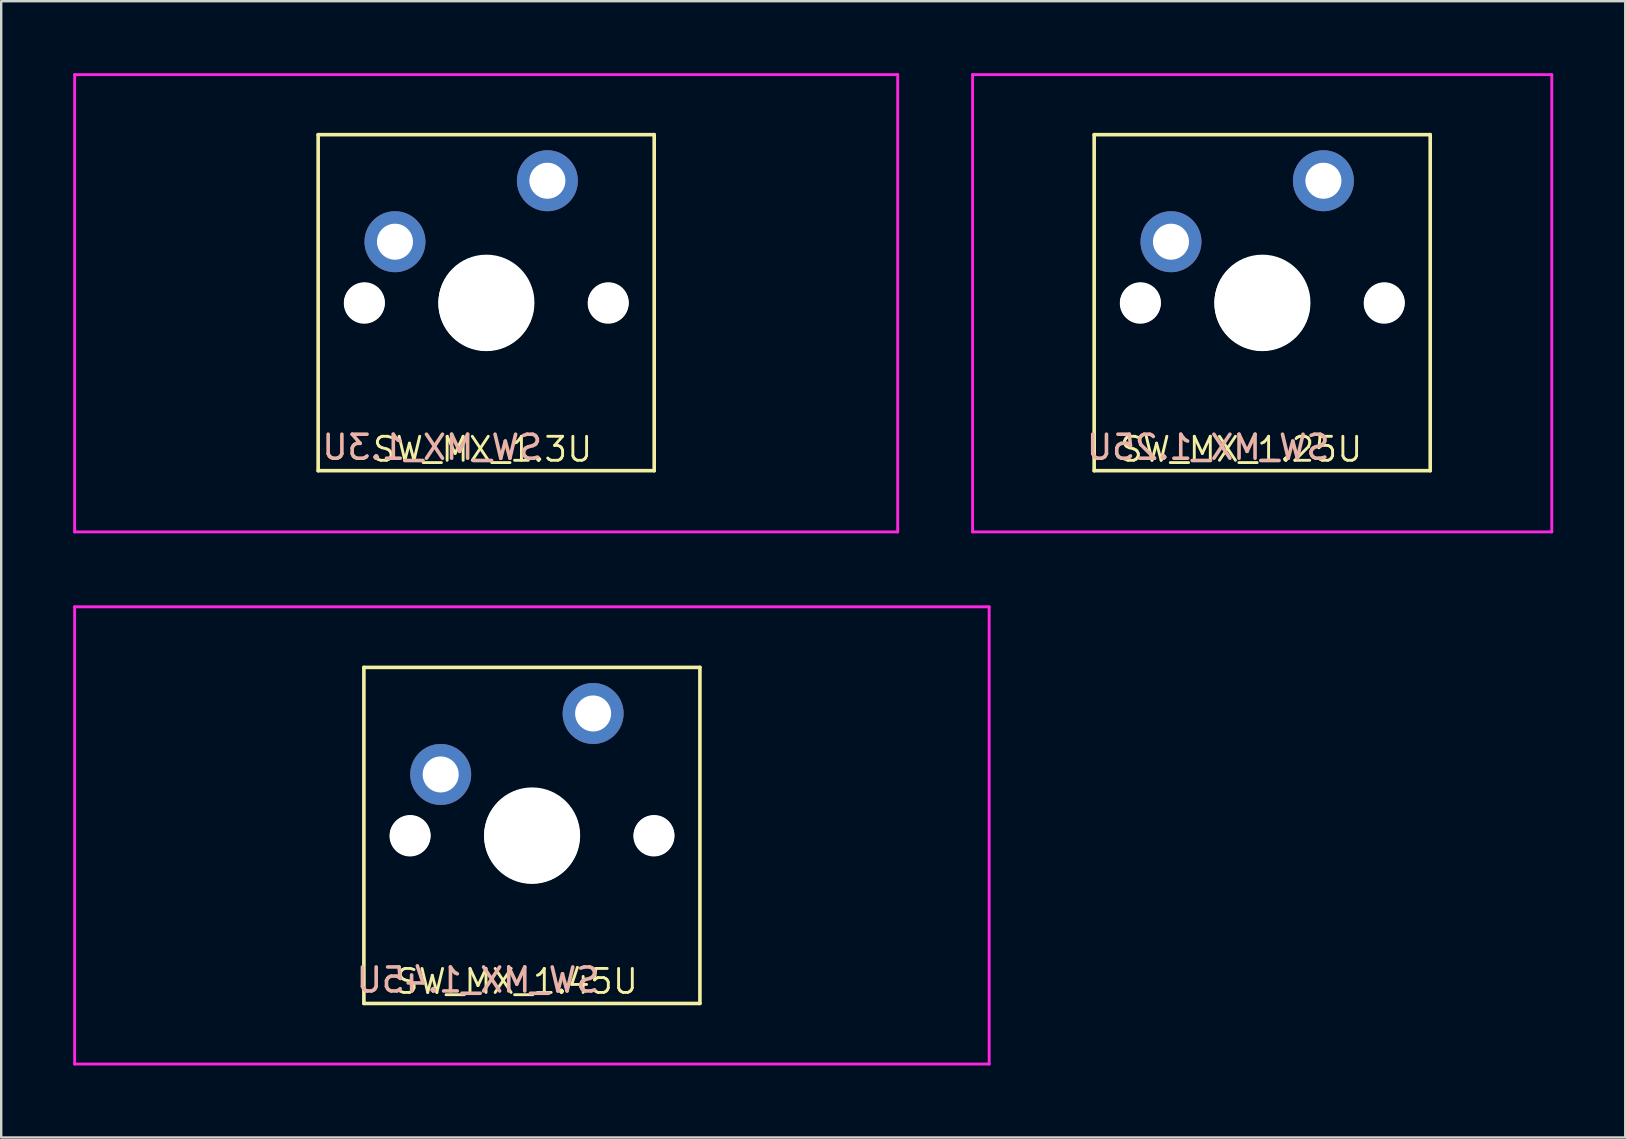
<source format=kicad_pcb>
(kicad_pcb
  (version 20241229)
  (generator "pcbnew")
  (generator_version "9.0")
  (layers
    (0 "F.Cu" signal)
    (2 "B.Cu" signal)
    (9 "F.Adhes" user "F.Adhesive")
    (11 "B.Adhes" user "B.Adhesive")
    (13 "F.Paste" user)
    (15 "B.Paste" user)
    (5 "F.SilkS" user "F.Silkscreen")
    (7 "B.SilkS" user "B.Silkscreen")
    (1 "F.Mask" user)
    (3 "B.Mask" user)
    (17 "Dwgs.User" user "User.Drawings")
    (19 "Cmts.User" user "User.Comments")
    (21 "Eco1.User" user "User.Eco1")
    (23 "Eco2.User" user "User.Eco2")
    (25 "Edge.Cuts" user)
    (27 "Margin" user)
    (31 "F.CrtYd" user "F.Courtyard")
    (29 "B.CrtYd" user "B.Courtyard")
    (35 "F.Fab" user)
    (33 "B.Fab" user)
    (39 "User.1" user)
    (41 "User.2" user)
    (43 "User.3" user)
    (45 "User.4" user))
  (footprint "SW_MX_1.45U"
    (layer "F.Cu")
    (at 19.11 31.755)
    (property "Reference" "SW_MX_1.45U" (at 4.5 5.5 0) (layer "F.SilkS") (effects (font (size 1 1) (thickness 0.12)) (justify right top)))
    (attr through_hole)
    (fp_circle (center -3.776 -2.575) (end -1.776 -2.575) (stroke (width 0.12) (type solid)) (fill yes) (layer "B.Mask"))
    (fp_circle (center 2.56 -5.08) (end 4.56 -5.08) (stroke (width 0.12) (type solid)) (fill yes) (layer "B.Mask"))
    (fp_line (start -7 -7) (end 7 -7) (stroke (width 0.15) (type solid)) (layer "F.SilkS"))
    (fp_line (start -7 7) (end -7 -7) (stroke (width 0.15) (type solid)) (layer "F.SilkS"))
    (fp_line (start 7 -7) (end 7 7) (stroke (width 0.15) (type solid)) (layer "F.SilkS"))
    (fp_line (start 7 7) (end -7 7) (stroke (width 0.15) (type solid)) (layer "F.SilkS"))
    (fp_line (start -19.05 -9.525) (end 19.05 -9.525) (stroke (width 0.12) (type solid)) (layer "F.CrtYd"))
    (fp_line (start -19.05 9.525) (end -19.05 -9.525) (stroke (width 0.12) (type solid)) (layer "F.CrtYd"))
    (fp_line (start 19.05 -9.525) (end 19.05 9.525) (stroke (width 0.12) (type solid)) (layer "F.CrtYd"))
    (fp_line (start 19.05 9.525) (end -19.05 9.525) (stroke (width 0.12) (type solid)) (layer "F.CrtYd"))
    (fp_text user "${REFERENCE}" (at -2.25 6.025 0) (unlocked yes) (layer "B.SilkS") (effects (font (size 1 1) (thickness 0.15)) (justify mirror)))
    (pad "" np_thru_hole circle (at -5.08 0.025) (size 1.702 1.702) (drill 1.702) (layers "*.Cu" "*.Mask"))
    (pad "" np_thru_hole circle (at -5.07 0) (size 1.7 1.7) (drill 1.7) (layers "*.Cu" "*.Mask"))
    (pad "" np_thru_hole circle (at 0 0.025) (size 3.988 3.988) (drill 3.988) (layers "*.Cu" "*.Mask"))
    (pad "" np_thru_hole circle (at 0.01 0) (size 4 4) (drill 4) (layers "*.Cu" "*.Mask"))
    (pad "" np_thru_hole circle (at 5.08 0.025) (size 1.702 1.702) (drill 1.702) (layers "*.Cu" "*.Mask"))
    (pad "" np_thru_hole circle (at 5.09 0) (size 1.7 1.7) (drill 1.7) (layers "*.Cu" "*.Mask"))
    (pad "1" thru_hole circle (at 2.55 -5.08) (size 2.54 2.54) (drill 1.5) (layers "*.Cu" "*.Mask"))
    (pad "2" thru_hole circle (at -3.8 -2.54) (size 2.54 2.54) (drill 1.5) (layers "*.Cu" "*.Mask")))
  (footprint "SW_MX_1.25U"
    (layer "F.Cu")
    (at 49.535 9.585)
    (property "Reference" "SW_MX_1.25U" (at 4.25 5.5 0) (layer "F.SilkS") (effects (font (size 1 1) (thickness 0.12)) (justify right top)))
    (attr through_hole)
    (fp_circle (center -3.776 -2.6) (end -1.776 -2.6) (stroke (width 0.12) (type solid)) (fill yes) (layer "B.Mask"))
    (fp_circle (center 2.56 -5.105) (end 4.56 -5.105) (stroke (width 0.12) (type solid)) (fill yes) (layer "B.Mask"))
    (fp_line (start -7 -7.025) (end 7 -7.025) (stroke (width 0.15) (type solid)) (layer "F.SilkS"))
    (fp_line (start -7 6.975) (end -7 -7.025) (stroke (width 0.15) (type solid)) (layer "F.SilkS"))
    (fp_line (start 7 -7.025) (end 7 6.975) (stroke (width 0.15) (type solid)) (layer "F.SilkS"))
    (fp_line (start 7 6.975) (end -7 6.975) (stroke (width 0.15) (type solid)) (layer "F.SilkS"))
    (fp_line (start -12.065 -9.525) (end 12.065 -9.525) (stroke (width 0.12) (type solid)) (layer "F.CrtYd"))
    (fp_line (start -12.065 9.525) (end -12.065 -9.525) (stroke (width 0.12) (type solid)) (layer "F.CrtYd"))
    (fp_line (start 12.065 -9.525) (end 12.065 9.525) (stroke (width 0.12) (type solid)) (layer "F.CrtYd"))
    (fp_line (start 12.065 9.525) (end -12.065 9.525) (stroke (width 0.12) (type solid)) (layer "F.CrtYd"))
    (fp_text user "${REFERENCE}" (at -2.25 6 0) (unlocked yes) (layer "B.SilkS") (effects (font (size 1 1) (thickness 0.15)) (justify mirror)))
    (pad "" np_thru_hole circle (at -5.08 0) (size 1.702 1.702) (drill 1.702) (layers "*.Cu" "*.Mask"))
    (pad "" np_thru_hole circle (at -5.07 -0.025) (size 1.7 1.7) (drill 1.7) (layers "*.Cu" "*.Mask"))
    (pad "" np_thru_hole circle (at 0 0) (size 3.988 3.988) (drill 3.988) (layers "*.Cu" "*.Mask"))
    (pad "" np_thru_hole circle (at 0.01 -0.025) (size 4 4) (drill 4) (layers "*.Cu" "*.Mask"))
    (pad "" np_thru_hole circle (at 5.08 0) (size 1.702 1.702) (drill 1.702) (layers "*.Cu" "*.Mask"))
    (pad "" np_thru_hole circle (at 5.09 -0.025) (size 1.7 1.7) (drill 1.7) (layers "*.Cu" "*.Mask"))
    (pad "1" thru_hole circle (at 2.55 -5.105) (size 2.54 2.54) (drill 1.5) (layers "*.Cu" "*.Mask"))
    (pad "2" thru_hole circle (at -3.8 -2.565) (size 2.54 2.54) (drill 1.5) (layers "*.Cu" "*.Mask")))
  (footprint "SW_MX_1.3U"
    (layer "F.Cu")
    (at 17.205 9.585)
    (property "Reference" "SW_MX_1.3U" (at 4.5 5.5 0) (layer "F.SilkS") (effects (font (size 1 1) (thickness 0.12)) (justify right top)))
    (attr through_hole)
    (fp_circle (center -3.776 -2.6) (end -1.776 -2.6) (stroke (width 0.12) (type solid)) (fill yes) (layer "B.Mask"))
    (fp_circle (center 2.56 -5.105) (end 4.56 -5.105) (stroke (width 0.12) (type solid)) (fill yes) (layer "B.Mask"))
    (fp_line (start -7 -7.025) (end 7 -7.025) (stroke (width 0.15) (type solid)) (layer "F.SilkS"))
    (fp_line (start -7 6.975) (end -7 -7.025) (stroke (width 0.15) (type solid)) (layer "F.SilkS"))
    (fp_line (start 7 -7.025) (end 7 6.975) (stroke (width 0.15) (type solid)) (layer "F.SilkS"))
    (fp_line (start 7 6.975) (end -7 6.975) (stroke (width 0.15) (type solid)) (layer "F.SilkS"))
    (fp_line (start -17.145 -9.525) (end 17.145 -9.525) (stroke (width 0.12) (type solid)) (layer "F.CrtYd"))
    (fp_line (start -17.145 9.525) (end -17.145 -9.525) (stroke (width 0.12) (type solid)) (layer "F.CrtYd"))
    (fp_line (start 17.145 -9.525) (end 17.145 9.525) (stroke (width 0.12) (type solid)) (layer "F.CrtYd"))
    (fp_line (start 17.145 9.525) (end -17.145 9.525) (stroke (width 0.12) (type solid)) (layer "F.CrtYd"))
    (fp_text user "${REFERENCE}" (at -2.25 6 0) (unlocked yes) (layer "B.SilkS") (effects (font (size 1 1) (thickness 0.15)) (justify mirror)))
    (pad "" np_thru_hole circle (at -5.08 0) (size 1.702 1.702) (drill 1.702) (layers "*.Cu" "*.Mask"))
    (pad "" np_thru_hole circle (at -5.07 -0.025) (size 1.7 1.7) (drill 1.7) (layers "*.Cu" "*.Mask"))
    (pad "" np_thru_hole circle (at 0 0) (size 3.988 3.988) (drill 3.988) (layers "*.Cu" "*.Mask"))
    (pad "" np_thru_hole circle (at 0.01 -0.025) (size 4 4) (drill 4) (layers "*.Cu" "*.Mask"))
    (pad "" np_thru_hole circle (at 5.08 0) (size 1.702 1.702) (drill 1.702) (layers "*.Cu" "*.Mask"))
    (pad "" np_thru_hole circle (at 5.09 -0.025) (size 1.7 1.7) (drill 1.7) (layers "*.Cu" "*.Mask"))
    (pad "1" thru_hole circle (at 2.55 -5.105) (size 2.54 2.54) (drill 1.5) (layers "*.Cu" "*.Mask"))
    (pad "2" thru_hole circle (at -3.8 -2.565) (size 2.54 2.54) (drill 1.5) (layers "*.Cu" "*.Mask")))
  (gr_rect
    (start -3 -3)
    (end 64.66 44.34)
    (stroke (width 0.1) (type default))
    (fill no)
    (layer "Edge.Cuts")))
</source>
